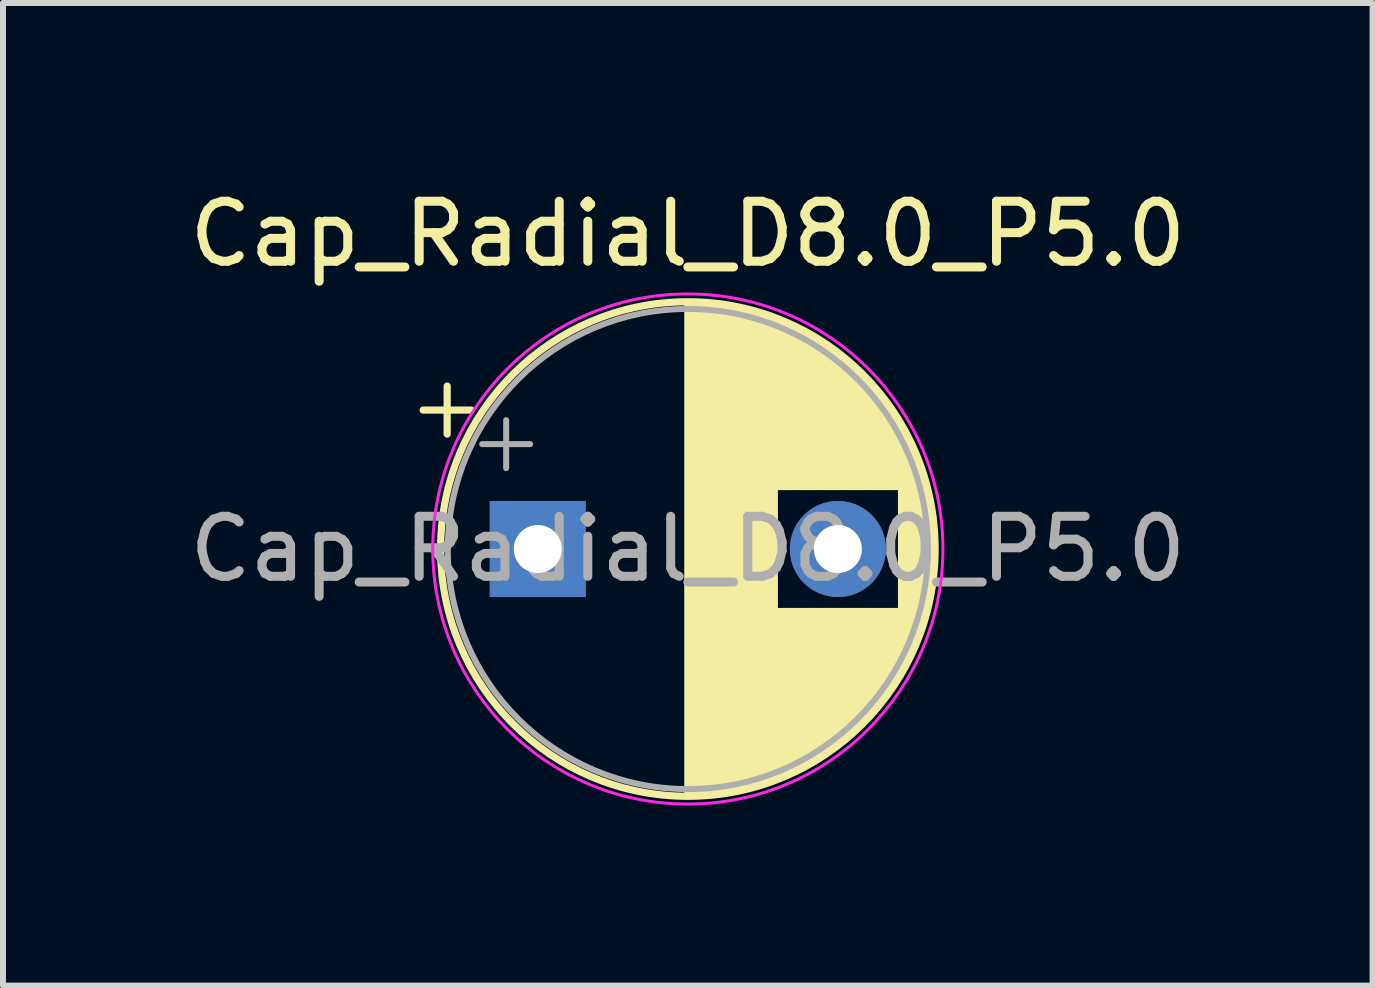
<source format=kicad_pcb>
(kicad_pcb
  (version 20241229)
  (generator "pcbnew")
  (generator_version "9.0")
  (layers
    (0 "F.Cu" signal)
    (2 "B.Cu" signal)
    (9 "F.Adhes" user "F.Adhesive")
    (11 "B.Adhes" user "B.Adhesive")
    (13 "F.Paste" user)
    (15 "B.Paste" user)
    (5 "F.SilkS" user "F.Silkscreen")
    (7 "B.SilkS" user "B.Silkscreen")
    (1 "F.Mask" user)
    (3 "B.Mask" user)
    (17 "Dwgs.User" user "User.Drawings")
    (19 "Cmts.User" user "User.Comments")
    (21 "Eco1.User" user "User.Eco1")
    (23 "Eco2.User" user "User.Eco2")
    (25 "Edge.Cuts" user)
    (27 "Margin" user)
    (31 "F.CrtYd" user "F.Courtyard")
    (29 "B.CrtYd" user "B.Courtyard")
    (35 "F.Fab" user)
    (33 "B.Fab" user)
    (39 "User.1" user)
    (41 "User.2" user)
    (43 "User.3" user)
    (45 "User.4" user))
  (footprint "Cap_Radial_D8.0_P5.0"
    (layer "F.Cu")
    (at 5.911 6.098)
    (property "Reference" "Cap_Radial_D8.0_P5.0" (at 2.5 -5.25 0) (layer "F.SilkS") (effects (font (size 1 1) (thickness 0.15))))
    (fp_line (start -1.91 -2.315) (end -1.11 -2.315) (stroke (width 0.12) (type solid)) (layer "F.SilkS"))
    (fp_line (start -1.51 -2.715) (end -1.51 -1.915) (stroke (width 0.12) (type solid)) (layer "F.SilkS"))
    (fp_line (start 2.5 -4.08) (end 2.5 4.08) (stroke (width 0.12) (type solid)) (layer "F.SilkS"))
    (fp_line (start 2.54 -4.08) (end 2.54 4.08) (stroke (width 0.12) (type solid)) (layer "F.SilkS"))
    (fp_line (start 2.58 -4.08) (end 2.58 4.08) (stroke (width 0.12) (type solid)) (layer "F.SilkS"))
    (fp_line (start 2.62 -4.079) (end 2.62 4.079) (stroke (width 0.12) (type solid)) (layer "F.SilkS"))
    (fp_line (start 2.66 -4.077) (end 2.66 4.077) (stroke (width 0.12) (type solid)) (layer "F.SilkS"))
    (fp_line (start 2.7 -4.076) (end 2.7 4.076) (stroke (width 0.12) (type solid)) (layer "F.SilkS"))
    (fp_line (start 2.74 -4.074) (end 2.74 4.074) (stroke (width 0.12) (type solid)) (layer "F.SilkS"))
    (fp_line (start 2.78 -4.071) (end 2.78 4.071) (stroke (width 0.12) (type solid)) (layer "F.SilkS"))
    (fp_line (start 2.82 -4.068) (end 2.82 4.068) (stroke (width 0.12) (type solid)) (layer "F.SilkS"))
    (fp_line (start 2.86 -4.065) (end 2.86 4.065) (stroke (width 0.12) (type solid)) (layer "F.SilkS"))
    (fp_line (start 2.9 -4.061) (end 2.9 4.061) (stroke (width 0.12) (type solid)) (layer "F.SilkS"))
    (fp_line (start 2.94 -4.057) (end 2.94 4.057) (stroke (width 0.12) (type solid)) (layer "F.SilkS"))
    (fp_line (start 2.98 -4.052) (end 2.98 4.052) (stroke (width 0.12) (type solid)) (layer "F.SilkS"))
    (fp_line (start 3.02 -4.048) (end 3.02 4.048) (stroke (width 0.12) (type solid)) (layer "F.SilkS"))
    (fp_line (start 3.06 -4.042) (end 3.06 4.042) (stroke (width 0.12) (type solid)) (layer "F.SilkS"))
    (fp_line (start 3.1 -4.037) (end 3.1 4.037) (stroke (width 0.12) (type solid)) (layer "F.SilkS"))
    (fp_line (start 3.14 -4.03) (end 3.14 4.03) (stroke (width 0.12) (type solid)) (layer "F.SilkS"))
    (fp_line (start 3.18 -4.024) (end 3.18 4.024) (stroke (width 0.12) (type solid)) (layer "F.SilkS"))
    (fp_line (start 3.221 -4.017) (end 3.221 4.017) (stroke (width 0.12) (type solid)) (layer "F.SilkS"))
    (fp_line (start 3.261 -4.01) (end 3.261 4.01) (stroke (width 0.12) (type solid)) (layer "F.SilkS"))
    (fp_line (start 3.301 -4.002) (end 3.301 4.002) (stroke (width 0.12) (type solid)) (layer "F.SilkS"))
    (fp_line (start 3.341 -3.994) (end 3.341 3.994) (stroke (width 0.12) (type solid)) (layer "F.SilkS"))
    (fp_line (start 3.381 -3.985) (end 3.381 3.985) (stroke (width 0.12) (type solid)) (layer "F.SilkS"))
    (fp_line (start 3.421 -3.976) (end 3.421 3.976) (stroke (width 0.12) (type solid)) (layer "F.SilkS"))
    (fp_line (start 3.461 -3.967) (end 3.461 3.967) (stroke (width 0.12) (type solid)) (layer "F.SilkS"))
    (fp_line (start 3.501 -3.957) (end 3.501 3.957) (stroke (width 0.12) (type solid)) (layer "F.SilkS"))
    (fp_line (start 3.541 -3.947) (end 3.541 3.947) (stroke (width 0.12) (type solid)) (layer "F.SilkS"))
    (fp_line (start 3.581 -3.936) (end 3.581 3.936) (stroke (width 0.12) (type solid)) (layer "F.SilkS"))
    (fp_line (start 3.621 -3.925) (end 3.621 3.925) (stroke (width 0.12) (type solid)) (layer "F.SilkS"))
    (fp_line (start 3.661 -3.914) (end 3.661 3.914) (stroke (width 0.12) (type solid)) (layer "F.SilkS"))
    (fp_line (start 3.701 -3.902) (end 3.701 3.902) (stroke (width 0.12) (type solid)) (layer "F.SilkS"))
    (fp_line (start 3.741 -3.889) (end 3.741 3.889) (stroke (width 0.12) (type solid)) (layer "F.SilkS"))
    (fp_line (start 3.781 -3.877) (end 3.781 3.877) (stroke (width 0.12) (type solid)) (layer "F.SilkS"))
    (fp_line (start 3.821 -3.863) (end 3.821 3.863) (stroke (width 0.12) (type solid)) (layer "F.SilkS"))
    (fp_line (start 3.861 -3.85) (end 3.861 3.85) (stroke (width 0.12) (type solid)) (layer "F.SilkS"))
    (fp_line (start 3.901 -3.835) (end 3.901 3.835) (stroke (width 0.12) (type solid)) (layer "F.SilkS"))
    (fp_line (start 3.941 -3.821) (end 3.941 3.821) (stroke (width 0.12) (type solid)) (layer "F.SilkS"))
    (fp_line (start 3.981 -3.805) (end 3.981 -1.04) (stroke (width 0.12) (type solid)) (layer "F.SilkS"))
    (fp_line (start 3.981 1.04) (end 3.981 3.805) (stroke (width 0.12) (type solid)) (layer "F.SilkS"))
    (fp_line (start 4.021 -3.79) (end 4.021 -1.04) (stroke (width 0.12) (type solid)) (layer "F.SilkS"))
    (fp_line (start 4.021 1.04) (end 4.021 3.79) (stroke (width 0.12) (type solid)) (layer "F.SilkS"))
    (fp_line (start 4.061 -3.774) (end 4.061 -1.04) (stroke (width 0.12) (type solid)) (layer "F.SilkS"))
    (fp_line (start 4.061 1.04) (end 4.061 3.774) (stroke (width 0.12) (type solid)) (layer "F.SilkS"))
    (fp_line (start 4.101 -3.757) (end 4.101 -1.04) (stroke (width 0.12) (type solid)) (layer "F.SilkS"))
    (fp_line (start 4.101 1.04) (end 4.101 3.757) (stroke (width 0.12) (type solid)) (layer "F.SilkS"))
    (fp_line (start 4.141 -3.74) (end 4.141 -1.04) (stroke (width 0.12) (type solid)) (layer "F.SilkS"))
    (fp_line (start 4.141 1.04) (end 4.141 3.74) (stroke (width 0.12) (type solid)) (layer "F.SilkS"))
    (fp_line (start 4.181 -3.722) (end 4.181 -1.04) (stroke (width 0.12) (type solid)) (layer "F.SilkS"))
    (fp_line (start 4.181 1.04) (end 4.181 3.722) (stroke (width 0.12) (type solid)) (layer "F.SilkS"))
    (fp_line (start 4.221 -3.704) (end 4.221 -1.04) (stroke (width 0.12) (type solid)) (layer "F.SilkS"))
    (fp_line (start 4.221 1.04) (end 4.221 3.704) (stroke (width 0.12) (type solid)) (layer "F.SilkS"))
    (fp_line (start 4.261 -3.686) (end 4.261 -1.04) (stroke (width 0.12) (type solid)) (layer "F.SilkS"))
    (fp_line (start 4.261 1.04) (end 4.261 3.686) (stroke (width 0.12) (type solid)) (layer "F.SilkS"))
    (fp_line (start 4.301 -3.666) (end 4.301 -1.04) (stroke (width 0.12) (type solid)) (layer "F.SilkS"))
    (fp_line (start 4.301 1.04) (end 4.301 3.666) (stroke (width 0.12) (type solid)) (layer "F.SilkS"))
    (fp_line (start 4.341 -3.647) (end 4.341 -1.04) (stroke (width 0.12) (type solid)) (layer "F.SilkS"))
    (fp_line (start 4.341 1.04) (end 4.341 3.647) (stroke (width 0.12) (type solid)) (layer "F.SilkS"))
    (fp_line (start 4.381 -3.627) (end 4.381 -1.04) (stroke (width 0.12) (type solid)) (layer "F.SilkS"))
    (fp_line (start 4.381 1.04) (end 4.381 3.627) (stroke (width 0.12) (type solid)) (layer "F.SilkS"))
    (fp_line (start 4.421 -3.606) (end 4.421 -1.04) (stroke (width 0.12) (type solid)) (layer "F.SilkS"))
    (fp_line (start 4.421 1.04) (end 4.421 3.606) (stroke (width 0.12) (type solid)) (layer "F.SilkS"))
    (fp_line (start 4.461 -3.584) (end 4.461 -1.04) (stroke (width 0.12) (type solid)) (layer "F.SilkS"))
    (fp_line (start 4.461 1.04) (end 4.461 3.584) (stroke (width 0.12) (type solid)) (layer "F.SilkS"))
    (fp_line (start 4.501 -3.562) (end 4.501 -1.04) (stroke (width 0.12) (type solid)) (layer "F.SilkS"))
    (fp_line (start 4.501 1.04) (end 4.501 3.562) (stroke (width 0.12) (type solid)) (layer "F.SilkS"))
    (fp_line (start 4.541 -3.54) (end 4.541 -1.04) (stroke (width 0.12) (type solid)) (layer "F.SilkS"))
    (fp_line (start 4.541 1.04) (end 4.541 3.54) (stroke (width 0.12) (type solid)) (layer "F.SilkS"))
    (fp_line (start 4.581 -3.517) (end 4.581 -1.04) (stroke (width 0.12) (type solid)) (layer "F.SilkS"))
    (fp_line (start 4.581 1.04) (end 4.581 3.517) (stroke (width 0.12) (type solid)) (layer "F.SilkS"))
    (fp_line (start 4.621 -3.493) (end 4.621 -1.04) (stroke (width 0.12) (type solid)) (layer "F.SilkS"))
    (fp_line (start 4.621 1.04) (end 4.621 3.493) (stroke (width 0.12) (type solid)) (layer "F.SilkS"))
    (fp_line (start 4.661 -3.469) (end 4.661 -1.04) (stroke (width 0.12) (type solid)) (layer "F.SilkS"))
    (fp_line (start 4.661 1.04) (end 4.661 3.469) (stroke (width 0.12) (type solid)) (layer "F.SilkS"))
    (fp_line (start 4.701 -3.444) (end 4.701 -1.04) (stroke (width 0.12) (type solid)) (layer "F.SilkS"))
    (fp_line (start 4.701 1.04) (end 4.701 3.444) (stroke (width 0.12) (type solid)) (layer "F.SilkS"))
    (fp_line (start 4.741 -3.418) (end 4.741 -1.04) (stroke (width 0.12) (type solid)) (layer "F.SilkS"))
    (fp_line (start 4.741 1.04) (end 4.741 3.418) (stroke (width 0.12) (type solid)) (layer "F.SilkS"))
    (fp_line (start 4.781 -3.392) (end 4.781 -1.04) (stroke (width 0.12) (type solid)) (layer "F.SilkS"))
    (fp_line (start 4.781 1.04) (end 4.781 3.392) (stroke (width 0.12) (type solid)) (layer "F.SilkS"))
    (fp_line (start 4.821 -3.365) (end 4.821 -1.04) (stroke (width 0.12) (type solid)) (layer "F.SilkS"))
    (fp_line (start 4.821 1.04) (end 4.821 3.365) (stroke (width 0.12) (type solid)) (layer "F.SilkS"))
    (fp_line (start 4.861 -3.338) (end 4.861 -1.04) (stroke (width 0.12) (type solid)) (layer "F.SilkS"))
    (fp_line (start 4.861 1.04) (end 4.861 3.338) (stroke (width 0.12) (type solid)) (layer "F.SilkS"))
    (fp_line (start 4.901 -3.309) (end 4.901 -1.04) (stroke (width 0.12) (type solid)) (layer "F.SilkS"))
    (fp_line (start 4.901 1.04) (end 4.901 3.309) (stroke (width 0.12) (type solid)) (layer "F.SilkS"))
    (fp_line (start 4.941 -3.28) (end 4.941 -1.04) (stroke (width 0.12) (type solid)) (layer "F.SilkS"))
    (fp_line (start 4.941 1.04) (end 4.941 3.28) (stroke (width 0.12) (type solid)) (layer "F.SilkS"))
    (fp_line (start 4.981 -3.25) (end 4.981 -1.04) (stroke (width 0.12) (type solid)) (layer "F.SilkS"))
    (fp_line (start 4.981 1.04) (end 4.981 3.25) (stroke (width 0.12) (type solid)) (layer "F.SilkS"))
    (fp_line (start 5.021 -3.22) (end 5.021 -1.04) (stroke (width 0.12) (type solid)) (layer "F.SilkS"))
    (fp_line (start 5.021 1.04) (end 5.021 3.22) (stroke (width 0.12) (type solid)) (layer "F.SilkS"))
    (fp_line (start 5.061 -3.189) (end 5.061 -1.04) (stroke (width 0.12) (type solid)) (layer "F.SilkS"))
    (fp_line (start 5.061 1.04) (end 5.061 3.189) (stroke (width 0.12) (type solid)) (layer "F.SilkS"))
    (fp_line (start 5.101 -3.156) (end 5.101 -1.04) (stroke (width 0.12) (type solid)) (layer "F.SilkS"))
    (fp_line (start 5.101 1.04) (end 5.101 3.156) (stroke (width 0.12) (type solid)) (layer "F.SilkS"))
    (fp_line (start 5.141 -3.124) (end 5.141 -1.04) (stroke (width 0.12) (type solid)) (layer "F.SilkS"))
    (fp_line (start 5.141 1.04) (end 5.141 3.124) (stroke (width 0.12) (type solid)) (layer "F.SilkS"))
    (fp_line (start 5.181 -3.09) (end 5.181 -1.04) (stroke (width 0.12) (type solid)) (layer "F.SilkS"))
    (fp_line (start 5.181 1.04) (end 5.181 3.09) (stroke (width 0.12) (type solid)) (layer "F.SilkS"))
    (fp_line (start 5.221 -3.055) (end 5.221 -1.04) (stroke (width 0.12) (type solid)) (layer "F.SilkS"))
    (fp_line (start 5.221 1.04) (end 5.221 3.055) (stroke (width 0.12) (type solid)) (layer "F.SilkS"))
    (fp_line (start 5.261 -3.019) (end 5.261 -1.04) (stroke (width 0.12) (type solid)) (layer "F.SilkS"))
    (fp_line (start 5.261 1.04) (end 5.261 3.019) (stroke (width 0.12) (type solid)) (layer "F.SilkS"))
    (fp_line (start 5.301 -2.983) (end 5.301 -1.04) (stroke (width 0.12) (type solid)) (layer "F.SilkS"))
    (fp_line (start 5.301 1.04) (end 5.301 2.983) (stroke (width 0.12) (type solid)) (layer "F.SilkS"))
    (fp_line (start 5.341 -2.945) (end 5.341 -1.04) (stroke (width 0.12) (type solid)) (layer "F.SilkS"))
    (fp_line (start 5.341 1.04) (end 5.341 2.945) (stroke (width 0.12) (type solid)) (layer "F.SilkS"))
    (fp_line (start 5.381 -2.907) (end 5.381 -1.04) (stroke (width 0.12) (type solid)) (layer "F.SilkS"))
    (fp_line (start 5.381 1.04) (end 5.381 2.907) (stroke (width 0.12) (type solid)) (layer "F.SilkS"))
    (fp_line (start 5.421 -2.867) (end 5.421 -1.04) (stroke (width 0.12) (type solid)) (layer "F.SilkS"))
    (fp_line (start 5.421 1.04) (end 5.421 2.867) (stroke (width 0.12) (type solid)) (layer "F.SilkS"))
    (fp_line (start 5.461 -2.826) (end 5.461 -1.04) (stroke (width 0.12) (type solid)) (layer "F.SilkS"))
    (fp_line (start 5.461 1.04) (end 5.461 2.826) (stroke (width 0.12) (type solid)) (layer "F.SilkS"))
    (fp_line (start 5.501 -2.784) (end 5.501 -1.04) (stroke (width 0.12) (type solid)) (layer "F.SilkS"))
    (fp_line (start 5.501 1.04) (end 5.501 2.784) (stroke (width 0.12) (type solid)) (layer "F.SilkS"))
    (fp_line (start 5.541 -2.741) (end 5.541 -1.04) (stroke (width 0.12) (type solid)) (layer "F.SilkS"))
    (fp_line (start 5.541 1.04) (end 5.541 2.741) (stroke (width 0.12) (type solid)) (layer "F.SilkS"))
    (fp_line (start 5.581 -2.697) (end 5.581 -1.04) (stroke (width 0.12) (type solid)) (layer "F.SilkS"))
    (fp_line (start 5.581 1.04) (end 5.581 2.697) (stroke (width 0.12) (type solid)) (layer "F.SilkS"))
    (fp_line (start 5.621 -2.651) (end 5.621 -1.04) (stroke (width 0.12) (type solid)) (layer "F.SilkS"))
    (fp_line (start 5.621 1.04) (end 5.621 2.651) (stroke (width 0.12) (type solid)) (layer "F.SilkS"))
    (fp_line (start 5.661 -2.604) (end 5.661 -1.04) (stroke (width 0.12) (type solid)) (layer "F.SilkS"))
    (fp_line (start 5.661 1.04) (end 5.661 2.604) (stroke (width 0.12) (type solid)) (layer "F.SilkS"))
    (fp_line (start 5.701 -2.556) (end 5.701 -1.04) (stroke (width 0.12) (type solid)) (layer "F.SilkS"))
    (fp_line (start 5.701 1.04) (end 5.701 2.556) (stroke (width 0.12) (type solid)) (layer "F.SilkS"))
    (fp_line (start 5.741 -2.505) (end 5.741 -1.04) (stroke (width 0.12) (type solid)) (layer "F.SilkS"))
    (fp_line (start 5.741 1.04) (end 5.741 2.505) (stroke (width 0.12) (type solid)) (layer "F.SilkS"))
    (fp_line (start 5.781 -2.454) (end 5.781 -1.04) (stroke (width 0.12) (type solid)) (layer "F.SilkS"))
    (fp_line (start 5.781 1.04) (end 5.781 2.454) (stroke (width 0.12) (type solid)) (layer "F.SilkS"))
    (fp_line (start 5.821 -2.4) (end 5.821 -1.04) (stroke (width 0.12) (type solid)) (layer "F.SilkS"))
    (fp_line (start 5.821 1.04) (end 5.821 2.4) (stroke (width 0.12) (type solid)) (layer "F.SilkS"))
    (fp_line (start 5.861 -2.345) (end 5.861 -1.04) (stroke (width 0.12) (type solid)) (layer "F.SilkS"))
    (fp_line (start 5.861 1.04) (end 5.861 2.345) (stroke (width 0.12) (type solid)) (layer "F.SilkS"))
    (fp_line (start 5.901 -2.287) (end 5.901 -1.04) (stroke (width 0.12) (type solid)) (layer "F.SilkS"))
    (fp_line (start 5.901 1.04) (end 5.901 2.287) (stroke (width 0.12) (type solid)) (layer "F.SilkS"))
    (fp_line (start 5.941 -2.228) (end 5.941 -1.04) (stroke (width 0.12) (type solid)) (layer "F.SilkS"))
    (fp_line (start 5.941 1.04) (end 5.941 2.228) (stroke (width 0.12) (type solid)) (layer "F.SilkS"))
    (fp_line (start 5.981 -2.166) (end 5.981 -1.04) (stroke (width 0.12) (type solid)) (layer "F.SilkS"))
    (fp_line (start 5.981 1.04) (end 5.981 2.166) (stroke (width 0.12) (type solid)) (layer "F.SilkS"))
    (fp_line (start 6.021 -2.102) (end 6.021 -1.04) (stroke (width 0.12) (type solid)) (layer "F.SilkS"))
    (fp_line (start 6.021 1.04) (end 6.021 2.102) (stroke (width 0.12) (type solid)) (layer "F.SilkS"))
    (fp_line (start 6.061 -2.034) (end 6.061 2.034) (stroke (width 0.12) (type solid)) (layer "F.SilkS"))
    (fp_line (start 6.101 -1.964) (end 6.101 1.964) (stroke (width 0.12) (type solid)) (layer "F.SilkS"))
    (fp_line (start 6.141 -1.89) (end 6.141 1.89) (stroke (width 0.12) (type solid)) (layer "F.SilkS"))
    (fp_line (start 6.181 -1.813) (end 6.181 1.813) (stroke (width 0.12) (type solid)) (layer "F.SilkS"))
    (fp_line (start 6.221 -1.731) (end 6.221 1.731) (stroke (width 0.12) (type solid)) (layer "F.SilkS"))
    (fp_line (start 6.261 -1.645) (end 6.261 1.645) (stroke (width 0.12) (type solid)) (layer "F.SilkS"))
    (fp_line (start 6.301 -1.552) (end 6.301 1.552) (stroke (width 0.12) (type solid)) (layer "F.SilkS"))
    (fp_line (start 6.341 -1.453) (end 6.341 1.453) (stroke (width 0.12) (type solid)) (layer "F.SilkS"))
    (fp_line (start 6.381 -1.346) (end 6.381 1.346) (stroke (width 0.12) (type solid)) (layer "F.SilkS"))
    (fp_line (start 6.421 -1.229) (end 6.421 1.229) (stroke (width 0.12) (type solid)) (layer "F.SilkS"))
    (fp_line (start 6.461 -1.098) (end 6.461 1.098) (stroke (width 0.12) (type solid)) (layer "F.SilkS"))
    (fp_line (start 6.501 -0.948) (end 6.501 0.948) (stroke (width 0.12) (type solid)) (layer "F.SilkS"))
    (fp_line (start 6.541 -0.768) (end 6.541 0.768) (stroke (width 0.12) (type solid)) (layer "F.SilkS"))
    (fp_line (start 6.581 -0.533) (end 6.581 0.533) (stroke (width 0.12) (type solid)) (layer "F.SilkS"))
    (fp_circle (center 2.5 0) (end 6.62 0) (stroke (width 0.12) (type solid)) (fill no) (layer "F.SilkS"))
    (fp_circle (center 2.5 0) (end 6.75 0) (stroke (width 0.05) (type solid)) (fill no) (layer "F.CrtYd"))
    (fp_line (start -0.927 -1.748) (end -0.127 -1.748) (stroke (width 0.1) (type solid)) (layer "F.Fab"))
    (fp_line (start -0.527 -2.147) (end -0.527 -1.347) (stroke (width 0.1) (type solid)) (layer "F.Fab"))
    (fp_circle (center 2.5 0) (end 6.5 0) (stroke (width 0.1) (type solid)) (fill no) (layer "F.Fab"))
    (fp_text user "${REFERENCE}" (at 2.5 0 0) (layer "F.Fab") (effects (font (size 1 1) (thickness 0.15))))
    (pad "N" thru_hole circle (at 5 0) (size 1.6 1.6) (drill 0.8) (layers "*.Cu" "*.Mask"))
    (pad "P" thru_hole rect (at 0 0) (size 1.6 1.6) (drill 0.8) (layers "*.Cu" "*.Mask")))
  (gr_rect
    (start -3 -3)
    (end 19.821 13.373)
    (stroke (width 0.1) (type default))
    (fill no)
    (layer "Edge.Cuts")))
</source>
